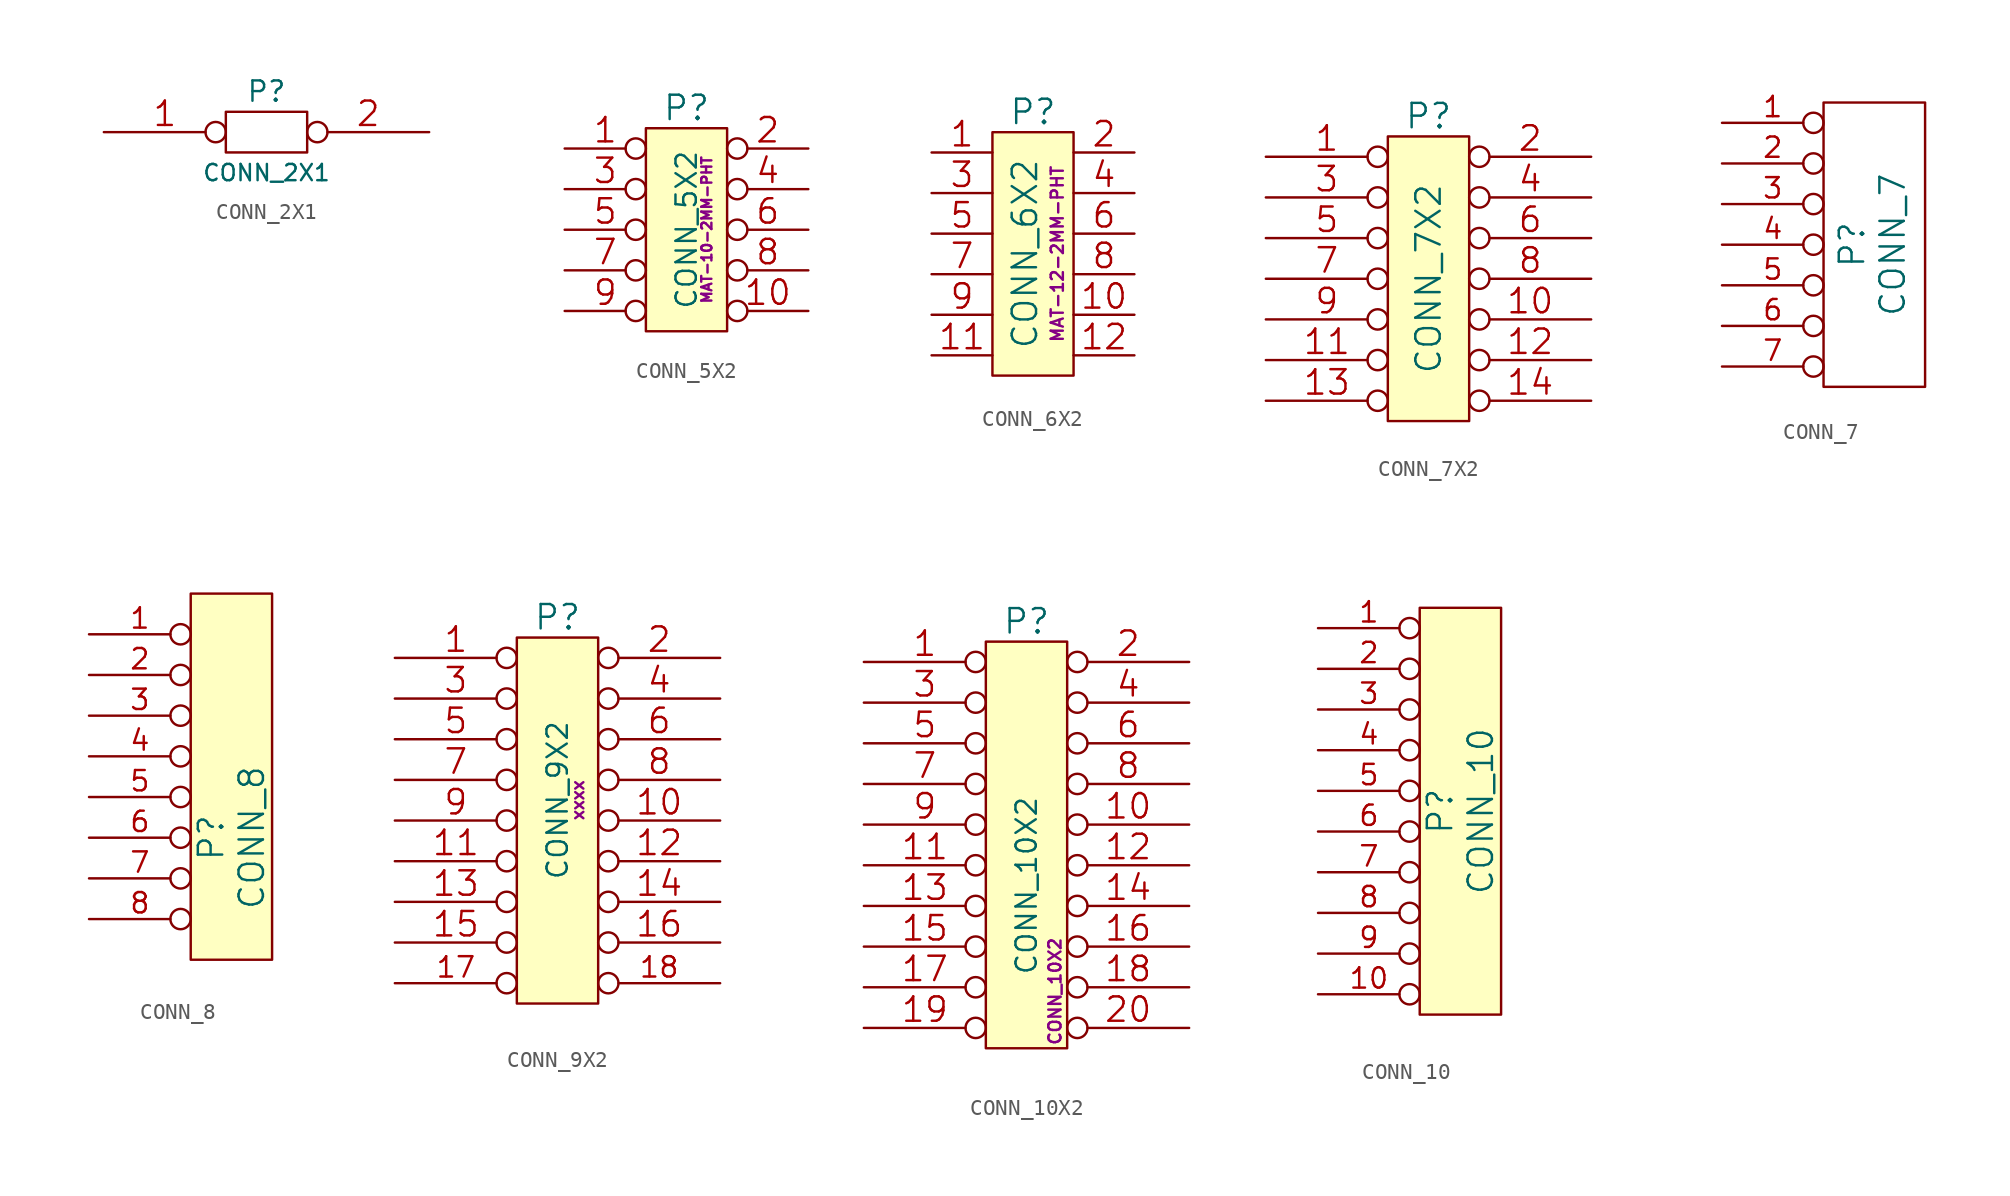
<source format=kicad_sym>
(kicad_symbol_lib
  (version 20220914)
  (generator kicad_symbol_editor)
  (symbol "CONN_2X1"
    (pin_names
      (offset 1.016) hide)
    (property "Reference" "P"
      (at 0 2.54 0)
      (effects (font (size 1.27 1.27))))
    (property "Value" "CONN_2X1"
      (at 0 -2.54 0)
      (effects (font (size 1.016 1.016))))
    (property "Footprint" ""
      (at 0 0 0)
      (effects (font (size 1.524 1.524))))
    (property "Datasheet" ""
      (at 0 0 0)
      (effects (font (size 1.524 1.524))))
    (symbol "CONN_2X1_0_1"
      (polyline (pts (xy -2.54 1.27) (xy -2.54 -1.27) (xy 2.54 -1.27) (xy 2.54 1.27) (xy -2.54 1.27) (xy -2.54 1.27) (xy -2.54 1.27)) (stroke (width 0) (type default)) (fill (type none))))
    (symbol "CONN_2X1_1_1"
      (pin passive inverted (at -10.16 0 0) (length 7.62) (name "1" (effects (font (size 1.524 1.524)))) (number "1" (effects (font (size 1.524 1.524)))))
      (pin passive inverted (at 10.16 0 180) (length 7.62) (name "2" (effects (font (size 1.524 1.524)))) (number "2" (effects (font (size 1.524 1.524)))))))
  (symbol "CONN_5X2"
    (pin_names
      (offset 1.016))
    (property "Reference" "P"
      (at 0 7.62 0)
      (effects (font (size 1.524 1.524))))
    (property "Value" "CONN_5X2"
      (at 0 0 90)
      (effects (font (size 1.27 1.27))))
    (property "Footprint" "MAT-10-2MM-PHT"
      (at 1.27 0 90)
      (effects (font (size 0.635 0.635))))
    (property "Datasheet" ""
      (at 0 0 0)
      (effects (font (size 1.524 1.524))))
    (symbol "CONN_5X2_0_1"
      (rectangle (start -2.54 6.35) (end 2.54 -6.35) (stroke (width 0) (type default)) (fill (type background))))
    (symbol "CONN_5X2_1_1"
      (pin passive inverted (at -7.62 5.08 0) (length 5.08) (name "~" (effects (font (size 1.524 1.524)))) (number "1" (effects (font (size 1.524 1.524)))))
      (pin passive inverted (at 7.62 -5.08 180) (length 5.08) (name "~" (effects (font (size 1.524 1.524)))) (number "10" (effects (font (size 1.524 1.524)))))
      (pin passive inverted (at 7.62 5.08 180) (length 5.08) (name "~" (effects (font (size 1.524 1.524)))) (number "2" (effects (font (size 1.524 1.524)))))
      (pin passive inverted (at -7.62 2.54 0) (length 5.08) (name "~" (effects (font (size 1.524 1.524)))) (number "3" (effects (font (size 1.524 1.524)))))
      (pin passive inverted (at 7.62 2.54 180) (length 5.08) (name "~" (effects (font (size 1.524 1.524)))) (number "4" (effects (font (size 1.524 1.524)))))
      (pin passive inverted (at -7.62 0 0) (length 5.08) (name "~" (effects (font (size 1.524 1.524)))) (number "5" (effects (font (size 1.524 1.524)))))
      (pin passive inverted (at 7.62 0 180) (length 5.08) (name "~" (effects (font (size 1.524 1.524)))) (number "6" (effects (font (size 1.524 1.524)))))
      (pin passive inverted (at -7.62 -2.54 0) (length 5.08) (name "~" (effects (font (size 1.524 1.524)))) (number "7" (effects (font (size 1.524 1.524)))))
      (pin passive inverted (at 7.62 -2.54 180) (length 5.08) (name "~" (effects (font (size 1.524 1.524)))) (number "8" (effects (font (size 1.524 1.524)))))
      (pin passive inverted (at -7.62 -5.08 0) (length 5.08) (name "~" (effects (font (size 1.524 1.524)))) (number "9" (effects (font (size 1.524 1.524)))))))
  (symbol "CONN_6X2"
    (pin_names
      (offset 1.016) hide)
    (property "Reference" "P"
      (at 0 8.89 0)
      (effects (font (size 1.524 1.524))))
    (property "Value" "CONN_6X2"
      (at -0.508 0 90)
      (effects (font (size 1.524 1.524))))
    (property "Footprint" "MAT-12-2MM-PHT"
      (at 1.524 0 90)
      (effects (font (size 0.762 0.762))))
    (property "Datasheet" ""
      (at 0 0 0)
      (effects (font (size 1.524 1.524))))
    (symbol "CONN_6X2_0_1"
      (rectangle (start -2.54 7.62) (end 2.54 -7.62) (stroke (width 0) (type default)) (fill (type background))))
    (symbol "CONN_6X2_1_1"
      (pin passive line (at -6.35 6.35 0) (length 3.81) (name "P1" (effects (font (size 1.524 1.524)))) (number "1" (effects (font (size 1.524 1.524)))))
      (pin passive line (at 6.35 -3.81 180) (length 3.81) (name "10" (effects (font (size 1.524 1.524)))) (number "10" (effects (font (size 1.524 1.524)))))
      (pin passive line (at -6.35 -6.35 0) (length 3.81) (name "11" (effects (font (size 1.524 1.524)))) (number "11" (effects (font (size 1.524 1.524)))))
      (pin passive line (at 6.35 -6.35 180) (length 3.81) (name "12" (effects (font (size 1.524 1.524)))) (number "12" (effects (font (size 1.524 1.524)))))
      (pin passive line (at 6.35 6.35 180) (length 3.81) (name "P2" (effects (font (size 1.524 1.524)))) (number "2" (effects (font (size 1.524 1.524)))))
      (pin passive line (at -6.35 3.81 0) (length 3.81) (name "P3" (effects (font (size 1.524 1.524)))) (number "3" (effects (font (size 1.524 1.524)))))
      (pin passive line (at 6.35 3.81 180) (length 3.81) (name "P4" (effects (font (size 1.524 1.524)))) (number "4" (effects (font (size 1.524 1.524)))))
      (pin passive line (at -6.35 1.27 0) (length 3.81) (name "P5" (effects (font (size 1.524 1.524)))) (number "5" (effects (font (size 1.524 1.524)))))
      (pin passive line (at 6.35 1.27 180) (length 3.81) (name "P6" (effects (font (size 1.524 1.524)))) (number "6" (effects (font (size 1.524 1.524)))))
      (pin passive line (at -6.35 -1.27 0) (length 3.81) (name "P7" (effects (font (size 1.524 1.524)))) (number "7" (effects (font (size 1.524 1.524)))))
      (pin passive line (at 6.35 -1.27 180) (length 3.81) (name "P8" (effects (font (size 1.524 1.524)))) (number "8" (effects (font (size 1.524 1.524)))))
      (pin passive line (at -6.35 -3.81 0) (length 3.81) (name "9" (effects (font (size 1.524 1.524)))) (number "9" (effects (font (size 1.524 1.524)))))))
  (symbol "CONN_7X2"
    (pin_names
      (offset 1.016) hide)
    (property "Reference" "P"
      (at 0 10.16 0)
      (effects (font (size 1.524 1.524))))
    (property "Value" "CONN_7X2"
      (at 0 0 90)
      (effects (font (size 1.524 1.524))))
    (property "Footprint" ""
      (at 0 0 0)
      (effects (font (size 1.524 1.524))))
    (property "Datasheet" ""
      (at 0 0 0)
      (effects (font (size 1.524 1.524))))
    (symbol "CONN_7X2_0_1"
      (rectangle (start -2.54 8.89) (end 2.54 -8.89) (stroke (width 0) (type default)) (fill (type background))))
    (symbol "CONN_7X2_1_1"
      (pin passive inverted (at -10.16 7.62 0) (length 7.62) (name "P1" (effects (font (size 1.524 1.524)))) (number "1" (effects (font (size 1.524 1.524)))))
      (pin passive inverted (at 10.16 -2.54 180) (length 7.62) (name "10" (effects (font (size 1.524 1.524)))) (number "10" (effects (font (size 1.524 1.524)))))
      (pin passive inverted (at -10.16 -5.08 0) (length 7.62) (name "11" (effects (font (size 1.524 1.524)))) (number "11" (effects (font (size 1.524 1.524)))))
      (pin passive inverted (at 10.16 -5.08 180) (length 7.62) (name "12" (effects (font (size 1.524 1.524)))) (number "12" (effects (font (size 1.524 1.524)))))
      (pin passive inverted (at -10.16 -7.62 0) (length 7.62) (name "13" (effects (font (size 1.524 1.524)))) (number "13" (effects (font (size 1.524 1.524)))))
      (pin passive inverted (at 10.16 -7.62 180) (length 7.62) (name "14" (effects (font (size 1.524 1.524)))) (number "14" (effects (font (size 1.524 1.524)))))
      (pin passive inverted (at 10.16 7.62 180) (length 7.62) (name "P2" (effects (font (size 1.524 1.524)))) (number "2" (effects (font (size 1.524 1.524)))))
      (pin passive inverted (at -10.16 5.08 0) (length 7.62) (name "P3" (effects (font (size 1.524 1.524)))) (number "3" (effects (font (size 1.524 1.524)))))
      (pin passive inverted (at 10.16 5.08 180) (length 7.62) (name "P4" (effects (font (size 1.524 1.524)))) (number "4" (effects (font (size 1.524 1.524)))))
      (pin passive inverted (at -10.16 2.54 0) (length 7.62) (name "P5" (effects (font (size 1.524 1.524)))) (number "5" (effects (font (size 1.524 1.524)))))
      (pin passive inverted (at 10.16 2.54 180) (length 7.62) (name "P6" (effects (font (size 1.524 1.524)))) (number "6" (effects (font (size 1.524 1.524)))))
      (pin passive inverted (at -10.16 0 0) (length 7.62) (name "P7" (effects (font (size 1.524 1.524)))) (number "7" (effects (font (size 1.524 1.524)))))
      (pin passive inverted (at 10.16 0 180) (length 7.62) (name "P8" (effects (font (size 1.524 1.524)))) (number "8" (effects (font (size 1.524 1.524)))))
      (pin passive inverted (at -10.16 -2.54 0) (length 7.62) (name "9" (effects (font (size 1.524 1.524)))) (number "9" (effects (font (size 1.524 1.524)))))))
  (symbol "CONN_7"
    (pin_names
      (offset 1.016) hide)
    (property "Reference" "P"
      (at -0.762 0 90)
      (effects (font (size 1.524 1.524))))
    (property "Value" "CONN_7"
      (at 1.778 0 90)
      (effects (font (size 1.524 1.524))))
    (property "Footprint" ""
      (at 0 0 0)
      (effects (font (size 1.524 1.524))))
    (property "Datasheet" ""
      (at 0 0 0)
      (effects (font (size 1.524 1.524))))
    (symbol "CONN_7_0_1"
      (rectangle (start -2.54 8.89) (end 3.81 -8.89) (stroke (width 0) (type default)) (fill (type none))))
    (symbol "CONN_7_1_1"
      (pin passive inverted (at -8.89 7.62 0) (length 6.35) (name "P1" (effects (font (size 1.27 1.27)))) (number "1" (effects (font (size 1.27 1.27)))))
      (pin passive inverted (at -8.89 5.08 0) (length 6.35) (name "P2" (effects (font (size 1.27 1.27)))) (number "2" (effects (font (size 1.27 1.27)))))
      (pin passive inverted (at -8.89 2.54 0) (length 6.35) (name "P3" (effects (font (size 1.27 1.27)))) (number "3" (effects (font (size 1.27 1.27)))))
      (pin passive inverted (at -8.89 0 0) (length 6.35) (name "P4" (effects (font (size 1.27 1.27)))) (number "4" (effects (font (size 1.27 1.27)))))
      (pin passive inverted (at -8.89 -2.54 0) (length 6.35) (name "P5" (effects (font (size 1.27 1.27)))) (number "5" (effects (font (size 1.27 1.27)))))
      (pin passive inverted (at -8.89 -5.08 0) (length 6.35) (name "P6" (effects (font (size 1.27 1.27)))) (number "6" (effects (font (size 1.27 1.27)))))
      (pin passive inverted (at -8.89 -7.62 0) (length 6.35) (name "P7" (effects (font (size 1.27 1.27)))) (number "7" (effects (font (size 1.27 1.27)))))))
  (symbol "CONN_8"
    (pin_names
      (offset 1.016) hide)
    (property "Reference" "P"
      (at -2.54 -2.54 90)
      (effects (font (size 1.524 1.524))))
    (property "Value" "CONN_8"
      (at 0 -2.54 90)
      (effects (font (size 1.524 1.524))))
    (property "Footprint" ""
      (at -1.27 -2.54 0)
      (effects (font (size 1.524 1.524))))
    (property "Datasheet" ""
      (at -1.27 -2.54 0)
      (effects (font (size 1.524 1.524))))
    (symbol "CONN_8_1_1"
      (rectangle (start -3.81 12.7) (end 1.27 -10.16) (stroke (width 0) (type default)) (fill (type background)))
      (pin passive inverted (at -10.16 10.16 0) (length 6.35) (name "P1" (effects (font (size 1.27 1.27)))) (number "1" (effects (font (size 1.27 1.27)))))
      (pin passive inverted (at -10.16 7.62 0) (length 6.35) (name "P2" (effects (font (size 1.27 1.27)))) (number "2" (effects (font (size 1.27 1.27)))))
      (pin passive inverted (at -10.16 5.08 0) (length 6.35) (name "P3" (effects (font (size 1.27 1.27)))) (number "3" (effects (font (size 1.27 1.27)))))
      (pin passive inverted (at -10.16 2.54 0) (length 6.35) (name "P4" (effects (font (size 1.27 1.27)))) (number "4" (effects (font (size 1.27 1.27)))))
      (pin passive inverted (at -10.16 0 0) (length 6.35) (name "P5" (effects (font (size 1.27 1.27)))) (number "5" (effects (font (size 1.27 1.27)))))
      (pin passive inverted (at -10.16 -2.54 0) (length 6.35) (name "P6" (effects (font (size 1.27 1.27)))) (number "6" (effects (font (size 1.27 1.27)))))
      (pin passive inverted (at -10.16 -5.08 0) (length 6.35) (name "P7" (effects (font (size 1.27 1.27)))) (number "7" (effects (font (size 1.27 1.27)))))
      (pin passive inverted (at -10.16 -7.62 0) (length 6.35) (name "P8" (effects (font (size 1.27 1.27)))) (number "8" (effects (font (size 1.27 1.27)))))))
  (symbol "CONN_9X2"
    (pin_names
      (offset 1.016))
    (property "Reference" "P"
      (at 0 11.43 0)
      (effects (font (size 1.524 1.524))))
    (property "Value" "CONN_9X2"
      (at 0 0 90)
      (effects (font (size 1.27 1.27))))
    (property "Footprint" "xxxx"
      (at 1.27 0 90)
      (effects (font (size 0.762 0.762))))
    (property "Datasheet" ""
      (at 0 0 0)
      (effects (font (size 1.524 1.524))))
    (symbol "CONN_9X2_0_1"
      (rectangle (start -2.54 10.16) (end 2.54 -12.7) (stroke (width 0) (type default)) (fill (type background))))
    (symbol "CONN_9X2_1_1"
      (pin passive inverted (at -10.16 8.89 0) (length 7.62) (name "~" (effects (font (size 1.524 1.524)))) (number "1" (effects (font (size 1.524 1.524)))))
      (pin passive inverted (at 10.16 -1.27 180) (length 7.62) (name "~" (effects (font (size 1.524 1.524)))) (number "10" (effects (font (size 1.524 1.524)))))
      (pin passive inverted (at -10.16 -3.81 0) (length 7.62) (name "~" (effects (font (size 1.524 1.524)))) (number "11" (effects (font (size 1.524 1.524)))))
      (pin passive inverted (at 10.16 -3.81 180) (length 7.62) (name "~" (effects (font (size 1.524 1.524)))) (number "12" (effects (font (size 1.524 1.524)))))
      (pin passive inverted (at -10.16 -6.35 0) (length 7.62) (name "~" (effects (font (size 1.524 1.524)))) (number "13" (effects (font (size 1.524 1.524)))))
      (pin passive inverted (at 10.16 -6.35 180) (length 7.62) (name "~" (effects (font (size 1.524 1.524)))) (number "14" (effects (font (size 1.524 1.524)))))
      (pin passive inverted (at -10.16 -8.89 0) (length 7.62) (name "~" (effects (font (size 1.524 1.524)))) (number "15" (effects (font (size 1.524 1.524)))))
      (pin passive inverted (at 10.16 -8.89 180) (length 7.62) (name "~" (effects (font (size 1.524 1.524)))) (number "16" (effects (font (size 1.524 1.524)))))
      (pin passive inverted (at -10.16 -11.43 0) (length 7.62) (name "~" (effects (font (size 1.27 1.27)))) (number "17" (effects (font (size 1.27 1.27)))))
      (pin passive inverted (at 10.16 -11.43 180) (length 7.62) (name "~" (effects (font (size 1.27 1.27)))) (number "18" (effects (font (size 1.27 1.27)))))
      (pin passive inverted (at 10.16 8.89 180) (length 7.62) (name "~" (effects (font (size 1.524 1.524)))) (number "2" (effects (font (size 1.524 1.524)))))
      (pin passive inverted (at -10.16 6.35 0) (length 7.62) (name "~" (effects (font (size 1.524 1.524)))) (number "3" (effects (font (size 1.524 1.524)))))
      (pin passive inverted (at 10.16 6.35 180) (length 7.62) (name "~" (effects (font (size 1.524 1.524)))) (number "4" (effects (font (size 1.524 1.524)))))
      (pin passive inverted (at -10.16 3.81 0) (length 7.62) (name "~" (effects (font (size 1.524 1.524)))) (number "5" (effects (font (size 1.524 1.524)))))
      (pin passive inverted (at 10.16 3.81 180) (length 7.62) (name "~" (effects (font (size 1.524 1.524)))) (number "6" (effects (font (size 1.524 1.524)))))
      (pin passive inverted (at -10.16 1.27 0) (length 7.62) (name "~" (effects (font (size 1.524 1.524)))) (number "7" (effects (font (size 1.524 1.524)))))
      (pin passive inverted (at 10.16 1.27 180) (length 7.62) (name "~" (effects (font (size 1.524 1.524)))) (number "8" (effects (font (size 1.524 1.524)))))
      (pin passive inverted (at -10.16 -1.27 0) (length 7.62) (name "~" (effects (font (size 1.524 1.524)))) (number "9" (effects (font (size 1.524 1.524)))))))
  (symbol "CONN_10X2"
    (pin_names
      (offset 0.254) hide)
    (property "Reference" "P"
      (at 0 13.97 0)
      (effects (font (size 1.524 1.524))))
    (property "Value" "CONN_10X2"
      (at 0 -2.54 90)
      (effects (font (size 1.27 1.27))))
    (property "Footprint" "CONN_10X2"
      (at 1.778 -9.144 90)
      (effects (font (size 0.762 0.762))))
    (property "Datasheet" ""
      (at 0 0 0)
      (effects (font (size 1.524 1.524))))
    (symbol "CONN_10X2_0_1"
      (rectangle (start -2.54 12.7) (end 2.54 -12.7) (stroke (width 0) (type default)) (fill (type background))))
    (symbol "CONN_10X2_1_1"
      (pin passive inverted (at -10.16 11.43 0) (length 7.62) (name "P1" (effects (font (size 0.762 0.762)))) (number "1" (effects (font (size 1.524 1.524)))))
      (pin passive inverted (at 10.16 1.27 180) (length 7.62) (name "P10" (effects (font (size 0.762 0.762)))) (number "10" (effects (font (size 1.524 1.524)))))
      (pin passive inverted (at -10.16 -1.27 0) (length 7.62) (name "P11" (effects (font (size 0.762 0.762)))) (number "11" (effects (font (size 1.524 1.524)))))
      (pin passive inverted (at 10.16 -1.27 180) (length 7.62) (name "P12" (effects (font (size 0.762 0.762)))) (number "12" (effects (font (size 1.524 1.524)))))
      (pin passive inverted (at -10.16 -3.81 0) (length 7.62) (name "P13" (effects (font (size 0.762 0.762)))) (number "13" (effects (font (size 1.524 1.524)))))
      (pin passive inverted (at 10.16 -3.81 180) (length 7.62) (name "P14" (effects (font (size 0.762 0.762)))) (number "14" (effects (font (size 1.524 1.524)))))
      (pin passive inverted (at -10.16 -6.35 0) (length 7.62) (name "P15" (effects (font (size 0.762 0.762)))) (number "15" (effects (font (size 1.524 1.524)))))
      (pin passive inverted (at 10.16 -6.35 180) (length 7.62) (name "P16" (effects (font (size 0.762 0.762)))) (number "16" (effects (font (size 1.524 1.524)))))
      (pin passive inverted (at -10.16 -8.89 0) (length 7.62) (name "P17" (effects (font (size 0.762 0.762)))) (number "17" (effects (font (size 1.524 1.524)))))
      (pin passive inverted (at 10.16 -8.89 180) (length 7.62) (name "P18" (effects (font (size 0.762 0.762)))) (number "18" (effects (font (size 1.524 1.524)))))
      (pin passive inverted (at -10.16 -11.43 0) (length 7.62) (name "P19" (effects (font (size 0.762 0.762)))) (number "19" (effects (font (size 1.524 1.524)))))
      (pin passive inverted (at 10.16 11.43 180) (length 7.62) (name "P2" (effects (font (size 0.762 0.762)))) (number "2" (effects (font (size 1.524 1.524)))))
      (pin passive inverted (at 10.16 -11.43 180) (length 7.62) (name "P20" (effects (font (size 0.762 0.762)))) (number "20" (effects (font (size 1.524 1.524)))))
      (pin passive inverted (at -10.16 8.89 0) (length 7.62) (name "P3" (effects (font (size 0.762 0.762)))) (number "3" (effects (font (size 1.524 1.524)))))
      (pin passive inverted (at 10.16 8.89 180) (length 7.62) (name "P4" (effects (font (size 0.762 0.762)))) (number "4" (effects (font (size 1.524 1.524)))))
      (pin passive inverted (at -10.16 6.35 0) (length 7.62) (name "P5" (effects (font (size 0.762 0.762)))) (number "5" (effects (font (size 1.524 1.524)))))
      (pin passive inverted (at 10.16 6.35 180) (length 7.62) (name "P6" (effects (font (size 0.762 0.762)))) (number "6" (effects (font (size 1.524 1.524)))))
      (pin passive inverted (at -10.16 3.81 0) (length 7.62) (name "P7" (effects (font (size 0.762 0.762)))) (number "7" (effects (font (size 1.524 1.524)))))
      (pin passive inverted (at 10.16 3.81 180) (length 7.62) (name "P8" (effects (font (size 0.762 0.762)))) (number "8" (effects (font (size 1.524 1.524)))))
      (pin passive inverted (at -10.16 1.27 0) (length 7.62) (name "P9" (effects (font (size 0.762 0.762)))) (number "9" (effects (font (size 1.524 1.524)))))))
  (symbol "CONN_10"
    (pin_names
      (offset 1.016) hide)
    (property "Reference" "P"
      (at -1.27 0 90)
      (effects (font (size 1.524 1.524))))
    (property "Value" "CONN_10"
      (at 1.27 0 90)
      (effects (font (size 1.524 1.524))))
    (property "Footprint" ""
      (at 0 0 0)
      (effects (font (size 1.524 1.524))))
    (property "Datasheet" ""
      (at 0 0 0)
      (effects (font (size 1.524 1.524))))
    (symbol "CONN_10_0_1"
      (rectangle (start -2.54 12.7) (end 2.54 -12.7) (stroke (width 0) (type default)) (fill (type background))))
    (symbol "CONN_10_1_1"
      (pin passive inverted (at -8.89 11.43 0) (length 6.35) (name "P1" (effects (font (size 1.27 1.27)))) (number "1" (effects (font (size 1.27 1.27)))))
      (pin passive inverted (at -8.89 -11.43 0) (length 6.35) (name "P10" (effects (font (size 1.27 1.27)))) (number "10" (effects (font (size 1.27 1.27)))))
      (pin passive inverted (at -8.89 8.89 0) (length 6.35) (name "P2" (effects (font (size 1.27 1.27)))) (number "2" (effects (font (size 1.27 1.27)))))
      (pin passive inverted (at -8.89 6.35 0) (length 6.35) (name "P3" (effects (font (size 1.27 1.27)))) (number "3" (effects (font (size 1.27 1.27)))))
      (pin passive inverted (at -8.89 3.81 0) (length 6.35) (name "P4" (effects (font (size 1.27 1.27)))) (number "4" (effects (font (size 1.27 1.27)))))
      (pin passive inverted (at -8.89 1.27 0) (length 6.35) (name "P5" (effects (font (size 1.27 1.27)))) (number "5" (effects (font (size 1.27 1.27)))))
      (pin passive inverted (at -8.89 -1.27 0) (length 6.35) (name "P6" (effects (font (size 1.27 1.27)))) (number "6" (effects (font (size 1.27 1.27)))))
      (pin passive inverted (at -8.89 -3.81 0) (length 6.35) (name "P7" (effects (font (size 1.27 1.27)))) (number "7" (effects (font (size 1.27 1.27)))))
      (pin passive inverted (at -8.89 -6.35 0) (length 6.35) (name "P8" (effects (font (size 1.27 1.27)))) (number "8" (effects (font (size 1.27 1.27)))))
      (pin passive inverted (at -8.89 -8.89 0) (length 6.35) (name "P9" (effects (font (size 1.27 1.27)))) (number "9" (effects (font (size 1.27 1.27))))))))
</source>
